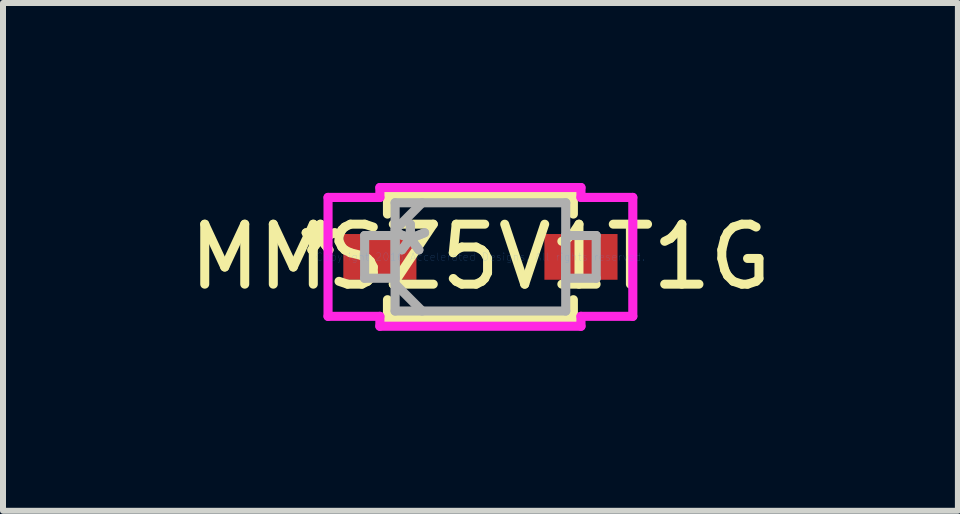
<source format=kicad_pcb>
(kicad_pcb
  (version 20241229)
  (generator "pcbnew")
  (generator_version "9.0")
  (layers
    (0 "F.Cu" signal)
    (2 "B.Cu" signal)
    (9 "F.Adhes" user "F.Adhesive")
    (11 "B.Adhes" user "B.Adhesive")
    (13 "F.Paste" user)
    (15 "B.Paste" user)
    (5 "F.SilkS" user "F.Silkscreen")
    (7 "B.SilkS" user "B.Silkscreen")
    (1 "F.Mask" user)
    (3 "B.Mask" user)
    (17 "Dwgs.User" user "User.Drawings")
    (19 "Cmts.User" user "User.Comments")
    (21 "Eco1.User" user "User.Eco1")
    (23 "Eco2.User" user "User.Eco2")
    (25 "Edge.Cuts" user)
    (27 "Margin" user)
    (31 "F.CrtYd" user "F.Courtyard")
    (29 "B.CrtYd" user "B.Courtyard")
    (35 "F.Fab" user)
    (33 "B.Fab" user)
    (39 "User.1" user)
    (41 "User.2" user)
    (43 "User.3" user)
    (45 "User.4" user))
  (footprint "MMSZ5V1T1G"
    (layer "F.Cu")
    (at 4.958 1.232)
    (property "Reference" "MMSZ5V1T1G" (at 0 0 0) (layer "F.SilkS") (effects (font (size 1 1) (thickness 0.15))))
    (attr through_hole)
    (fp_line (start -1.549 -1.029) (end -1.549 -0.714) (stroke (width 0.152) (type solid)) (layer "F.SilkS"))
    (fp_line (start -1.549 0.714) (end -1.549 1.029) (stroke (width 0.152) (type solid)) (layer "F.SilkS"))
    (fp_line (start -1.549 1.029) (end 1.549 1.029) (stroke (width 0.152) (type solid)) (layer "F.SilkS"))
    (fp_line (start 1.549 -1.029) (end -1.549 -1.029) (stroke (width 0.152) (type solid)) (layer "F.SilkS"))
    (fp_line (start 1.549 -0.714) (end 1.549 -1.029) (stroke (width 0.152) (type solid)) (layer "F.SilkS"))
    (fp_line (start 1.549 1.029) (end 1.549 0.714) (stroke (width 0.152) (type solid)) (layer "F.SilkS"))
    (fp_line (start -2.54 -0.991) (end -1.676 -0.991) (stroke (width 0.152) (type solid)) (layer "F.CrtYd"))
    (fp_line (start -2.54 0.991) (end -2.54 -0.991) (stroke (width 0.152) (type solid)) (layer "F.CrtYd"))
    (fp_line (start -1.676 -1.156) (end 1.676 -1.156) (stroke (width 0.152) (type solid)) (layer "F.CrtYd"))
    (fp_line (start -1.676 -0.991) (end -1.676 -1.156) (stroke (width 0.152) (type solid)) (layer "F.CrtYd"))
    (fp_line (start -1.676 0.991) (end -2.54 0.991) (stroke (width 0.152) (type solid)) (layer "F.CrtYd"))
    (fp_line (start -1.676 1.156) (end -1.676 0.991) (stroke (width 0.152) (type solid)) (layer "F.CrtYd"))
    (fp_line (start 1.676 -1.156) (end 1.676 -0.991) (stroke (width 0.152) (type solid)) (layer "F.CrtYd"))
    (fp_line (start 1.676 -0.991) (end 2.54 -0.991) (stroke (width 0.152) (type solid)) (layer "F.CrtYd"))
    (fp_line (start 1.676 0.991) (end 1.676 1.156) (stroke (width 0.152) (type solid)) (layer "F.CrtYd"))
    (fp_line (start 1.676 1.156) (end -1.676 1.156) (stroke (width 0.152) (type solid)) (layer "F.CrtYd"))
    (fp_line (start 2.54 -0.991) (end 2.54 0.991) (stroke (width 0.152) (type solid)) (layer "F.CrtYd"))
    (fp_line (start 2.54 0.991) (end 1.676 0.991) (stroke (width 0.152) (type solid)) (layer "F.CrtYd"))
    (fp_line (start -1.93 -0.356) (end -1.93 0.356) (stroke (width 0.152) (type solid)) (layer "F.Fab"))
    (fp_line (start -1.93 0.356) (end -1.422 0.356) (stroke (width 0.152) (type solid)) (layer "F.Fab"))
    (fp_line (start -1.422 -0.902) (end -1.422 0.902) (stroke (width 0.152) (type solid)) (layer "F.Fab"))
    (fp_line (start -1.422 -0.451) (end -0.972 -0.902) (stroke (width 0.152) (type solid)) (layer "F.Fab"))
    (fp_line (start -1.422 -0.356) (end -1.93 -0.356) (stroke (width 0.152) (type solid)) (layer "F.Fab"))
    (fp_line (start -1.422 0.356) (end -1.422 -0.356) (stroke (width 0.152) (type solid)) (layer "F.Fab"))
    (fp_line (start -1.422 0.451) (end -0.972 0.902) (stroke (width 0.152) (type solid)) (layer "F.Fab"))
    (fp_line (start -1.422 0.902) (end 1.422 0.902) (stroke (width 0.152) (type solid)) (layer "F.Fab"))
    (fp_line (start 1.422 -0.902) (end -1.422 -0.902) (stroke (width 0.152) (type solid)) (layer "F.Fab"))
    (fp_line (start 1.422 -0.356) (end 1.422 0.356) (stroke (width 0.152) (type solid)) (layer "F.Fab"))
    (fp_line (start 1.422 0.356) (end 1.93 0.356) (stroke (width 0.152) (type solid)) (layer "F.Fab"))
    (fp_line (start 1.422 0.902) (end 1.422 -0.902) (stroke (width 0.152) (type solid)) (layer "F.Fab"))
    (fp_line (start 1.93 -0.356) (end 1.422 -0.356) (stroke (width 0.152) (type solid)) (layer "F.Fab"))
    (fp_line (start 1.93 0.356) (end 1.93 -0.356) (stroke (width 0.152) (type solid)) (layer "F.Fab"))
    (fp_text user "*" (at -2.667 0 0) (layer "F.SilkS") (effects (font (size 1 1) (thickness 0.15))))
    (fp_text user "*" (at -2.667 0 0) (layer "F.SilkS") (effects (font (size 1 1) (thickness 0.15))))
    (fp_text user "Copyright 2016 Accelerated Designs. All rights reserved." (at 0 0 0) (layer "Cmts.User") (effects (font (size 0.127 0.127) (thickness 0.002))))
    (fp_text user "*" (at -1.168 0 0) (layer "F.Fab") (effects (font (size 1 1) (thickness 0.15))))
    (fp_text user "*" (at -1.168 0 0) (layer "F.Fab") (effects (font (size 1 1) (thickness 0.15))))
    (pad "1" smd rect (at -1.676 0) (size 1.219 0.762) (layers "F.Cu" "F.Mask" "F.Paste"))
    (pad "2" smd rect (at 1.676 0) (size 1.219 0.762) (layers "F.Cu" "F.Mask" "F.Paste")))
  (gr_rect
    (start -3 -3)
    (end 12.917 5.464)
    (stroke (width 0.1) (type default))
    (fill no)
    (layer "Edge.Cuts")))
</source>
